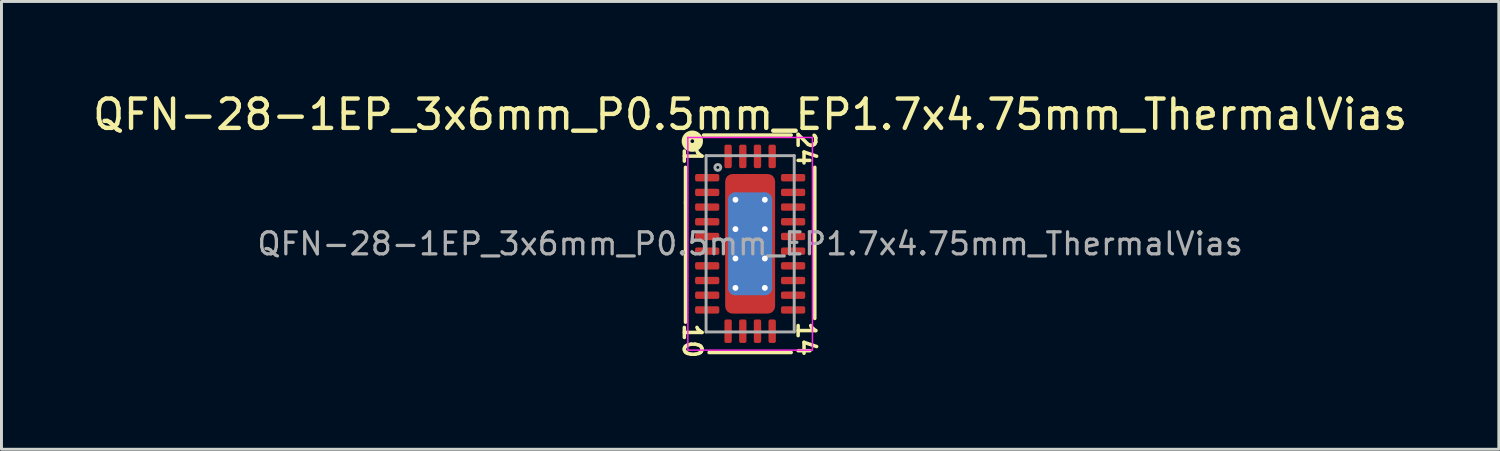
<source format=kicad_pcb>
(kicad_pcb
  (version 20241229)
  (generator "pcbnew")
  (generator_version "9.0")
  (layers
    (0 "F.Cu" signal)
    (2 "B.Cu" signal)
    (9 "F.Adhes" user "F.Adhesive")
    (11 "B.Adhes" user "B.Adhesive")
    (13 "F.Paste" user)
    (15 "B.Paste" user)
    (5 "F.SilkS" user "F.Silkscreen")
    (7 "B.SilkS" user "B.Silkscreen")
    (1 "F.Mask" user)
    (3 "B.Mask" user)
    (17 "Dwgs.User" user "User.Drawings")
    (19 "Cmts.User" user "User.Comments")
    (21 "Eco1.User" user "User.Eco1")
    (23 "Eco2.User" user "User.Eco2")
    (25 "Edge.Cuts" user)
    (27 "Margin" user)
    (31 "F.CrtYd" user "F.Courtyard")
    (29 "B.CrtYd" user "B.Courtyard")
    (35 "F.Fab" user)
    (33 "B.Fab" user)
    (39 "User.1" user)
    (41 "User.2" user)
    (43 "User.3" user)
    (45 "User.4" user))
  (footprint "QFN-28-1EP_3x6mm_P0.5mm_EP1.7x4.75mm_ThermalVias"
    (layer "F.Cu")
    (at 22.482 5.248)
    (property "Reference" "QFN-28-1EP_3x6mm_P0.5mm_EP1.7x4.75mm_ThermalVias" (at 0 -4.4 0) (layer "F.SilkS") (effects (font (size 1 1) (thickness 0.15))))
    (attr smd)
    (fp_line (start -2.2 -2.603) (end -2.2 -1.397) (stroke (width 0.12) (type solid)) (layer "F.SilkS"))
    (fp_line (start -2.2 -1.397) (end -2.2 2.667) (stroke (width 0.12) (type solid)) (layer "F.SilkS"))
    (fp_line (start -1.397 3.7) (end 1.397 3.7) (stroke (width 0.12) (type solid)) (layer "F.SilkS"))
    (fp_line (start 1.397 -3.7) (end -1.587 -3.7) (stroke (width 0.12) (type solid)) (layer "F.SilkS"))
    (fp_line (start 2.2 2.54) (end 2.2 -2.603) (stroke (width 0.12) (type solid)) (layer "F.SilkS"))
    (fp_circle (center -1.968 -3.493) (end -1.905 -3.493) (stroke (width 0.3) (type solid)) (fill no) (layer "F.SilkS"))
    (fp_line (start -2.12 -3.62) (end -2.12 3.62) (stroke (width 0.05) (type solid)) (layer "F.CrtYd"))
    (fp_line (start -2.12 3.62) (end 2.12 3.62) (stroke (width 0.05) (type solid)) (layer "F.CrtYd"))
    (fp_line (start 2.12 -3.62) (end -2.12 -3.62) (stroke (width 0.05) (type solid)) (layer "F.CrtYd"))
    (fp_line (start 2.12 3.62) (end 2.12 -3.62) (stroke (width 0.05) (type solid)) (layer "F.CrtYd"))
    (fp_line (start -1.5 -3) (end 1.5 -3) (stroke (width 0.1) (type solid)) (layer "F.Fab"))
    (fp_line (start -1.5 3) (end -1.5 -3) (stroke (width 0.1) (type solid)) (layer "F.Fab"))
    (fp_line (start 1.5 -3) (end 1.5 3) (stroke (width 0.1) (type solid)) (layer "F.Fab"))
    (fp_line (start 1.5 3) (end -1.5 3) (stroke (width 0.1) (type solid)) (layer "F.Fab"))
    (fp_circle (center -1.1 -2.6) (end -1 -2.6) (stroke (width 0.1) (type solid)) (fill no) (layer "F.Fab"))
    (fp_text user "1" (at -1.968 -2.985 270) (unlocked yes) (layer "F.SilkS") (effects (font (size 0.6 0.6) (thickness 0.12))))
    (fp_text user "10" (at -1.968 3.302 270) (unlocked yes) (layer "F.SilkS") (effects (font (size 0.6 0.6) (thickness 0.12))))
    (fp_text user "24" (at 1.905 -3.239 270) (unlocked yes) (layer "F.SilkS") (effects (font (size 0.6 0.6) (thickness 0.12))))
    (fp_text user "14" (at 1.905 3.239 270) (unlocked yes) (layer "F.SilkS") (effects (font (size 0.6 0.6) (thickness 0.12))))
    (fp_text user "${REFERENCE}" (at 0 0 0) (layer "F.Fab") (effects (font (size 0.75 0.75) (thickness 0.11))))
    (pad "" smd custom (at -0.675 -1.938) (size 0.166 0.166) (layers "F.Paste") (options (anchor circle)) (primitives (gr_poly (pts (xy 0.082 0.164) (xy -0.048 0.294) (xy -0.082 0.294) (xy -0.082 -0.294) (xy 0.082 -0.294)) (width 0.118) (fill yes))))
    (pad "" smd custom (at -0.675 -1) (size 0.175 0.175) (layers "F.Paste") (options (anchor circle)) (primitives (gr_poly (pts (xy 0.076 -0.224) (xy 0.076 0.224) (xy -0.038 0.338) (xy -0.076 0.338) (xy -0.076 -0.338) (xy -0.038 -0.338)) (width 0.13) (fill yes))))
    (pad "" smd custom (at -0.675 0) (size 0.175 0.175) (layers "F.Paste") (options (anchor circle)) (primitives (gr_poly (pts (xy 0.076 -0.224) (xy 0.076 0.224) (xy -0.038 0.338) (xy -0.076 0.338) (xy -0.076 -0.338) (xy -0.038 -0.338)) (width 0.13) (fill yes))))
    (pad "" smd custom (at -0.675 1) (size 0.175 0.175) (layers "F.Paste") (options (anchor circle)) (primitives (gr_poly (pts (xy 0.076 -0.224) (xy 0.076 0.224) (xy -0.038 0.338) (xy -0.076 0.338) (xy -0.076 -0.338) (xy -0.038 -0.338)) (width 0.13) (fill yes))))
    (pad "" smd custom (at -0.675 1.938) (size 0.166 0.166) (layers "F.Paste") (options (anchor circle)) (primitives (gr_poly (pts (xy 0.082 -0.164) (xy 0.082 0.294) (xy -0.082 0.294) (xy -0.082 -0.294) (xy -0.048 -0.294)) (width 0.118) (fill yes))))
    (pad "" smd roundrect (at 0 -1.938) (size 0.806 0.705) (layers "F.Paste") (roundrect_rratio 0.25))
    (pad "" smd roundrect (at 0 -1) (size 0.806 0.806) (layers "F.Paste") (roundrect_rratio 0.25))
    (pad "" smd roundrect (at 0 0) (size 0.806 0.806) (layers "F.Paste") (roundrect_rratio 0.25))
    (pad "" smd roundrect (at 0 1) (size 0.806 0.806) (layers "F.Paste") (roundrect_rratio 0.25))
    (pad "" smd roundrect (at 0 1.938) (size 0.806 0.705) (layers "F.Paste") (roundrect_rratio 0.25))
    (pad "" smd custom (at 0.675 -1.938) (size 0.166 0.166) (layers "F.Paste") (options (anchor circle)) (primitives (gr_poly (pts (xy 0.082 0.294) (xy 0.048 0.294) (xy -0.082 0.164) (xy -0.082 -0.294) (xy 0.082 -0.294)) (width 0.118) (fill yes))))
    (pad "" smd custom (at 0.675 -1) (size 0.175 0.175) (layers "F.Paste") (options (anchor circle)) (primitives (gr_poly (pts (xy 0.076 0.338) (xy 0.038 0.338) (xy -0.076 0.224) (xy -0.076 -0.224) (xy 0.038 -0.338) (xy 0.076 -0.338)) (width 0.13) (fill yes))))
    (pad "" smd custom (at 0.675 0) (size 0.175 0.175) (layers "F.Paste") (options (anchor circle)) (primitives (gr_poly (pts (xy 0.076 0.338) (xy 0.038 0.338) (xy -0.076 0.224) (xy -0.076 -0.224) (xy 0.038 -0.338) (xy 0.076 -0.338)) (width 0.13) (fill yes))))
    (pad "" smd custom (at 0.675 1) (size 0.175 0.175) (layers "F.Paste") (options (anchor circle)) (primitives (gr_poly (pts (xy 0.076 0.338) (xy 0.038 0.338) (xy -0.076 0.224) (xy -0.076 -0.224) (xy 0.038 -0.338) (xy 0.076 -0.338)) (width 0.13) (fill yes))))
    (pad "" smd custom (at 0.675 1.938) (size 0.166 0.166) (layers "F.Paste") (options (anchor circle)) (primitives (gr_poly (pts (xy 0.082 0.294) (xy -0.082 0.294) (xy -0.082 -0.164) (xy 0.048 -0.294) (xy 0.082 -0.294)) (width 0.118) (fill yes))))
    (pad "1" smd roundrect (at -1.462 -2.25) (size 0.825 0.25) (layers "F.Cu" "F.Mask" "F.Paste") (roundrect_rratio 0.25))
    (pad "2" smd roundrect (at -1.462 -1.75) (size 0.825 0.25) (layers "F.Cu" "F.Mask" "F.Paste") (roundrect_rratio 0.25))
    (pad "3" smd roundrect (at -1.462 -1.25) (size 0.825 0.25) (layers "F.Cu" "F.Mask" "F.Paste") (roundrect_rratio 0.25))
    (pad "4" smd roundrect (at -1.462 -0.75) (size 0.825 0.25) (layers "F.Cu" "F.Mask" "F.Paste") (roundrect_rratio 0.25))
    (pad "5" smd roundrect (at -1.462 -0.25) (size 0.825 0.25) (layers "F.Cu" "F.Mask" "F.Paste") (roundrect_rratio 0.25))
    (pad "6" smd roundrect (at -1.462 0.25) (size 0.825 0.25) (layers "F.Cu" "F.Mask" "F.Paste") (roundrect_rratio 0.25))
    (pad "7" smd roundrect (at -1.462 0.75) (size 0.825 0.25) (layers "F.Cu" "F.Mask" "F.Paste") (roundrect_rratio 0.25))
    (pad "8" smd roundrect (at -1.462 1.25) (size 0.825 0.25) (layers "F.Cu" "F.Mask" "F.Paste") (roundrect_rratio 0.25))
    (pad "9" smd roundrect (at -1.462 1.75) (size 0.825 0.25) (layers "F.Cu" "F.Mask" "F.Paste") (roundrect_rratio 0.25))
    (pad "10" smd roundrect (at -1.462 2.25) (size 0.825 0.25) (layers "F.Cu" "F.Mask" "F.Paste") (roundrect_rratio 0.25))
    (pad "11" smd roundrect (at -0.75 2.975) (size 0.25 0.8) (layers "F.Cu" "F.Mask" "F.Paste") (roundrect_rratio 0.25))
    (pad "12" smd roundrect (at -0.25 2.975) (size 0.25 0.8) (layers "F.Cu" "F.Mask" "F.Paste") (roundrect_rratio 0.25))
    (pad "13" smd roundrect (at 0.25 2.975) (size 0.25 0.8) (layers "F.Cu" "F.Mask" "F.Paste") (roundrect_rratio 0.25))
    (pad "14" smd roundrect (at 0.75 2.975) (size 0.25 0.8) (layers "F.Cu" "F.Mask" "F.Paste") (roundrect_rratio 0.25))
    (pad "15" smd roundrect (at 1.462 2.25) (size 0.825 0.25) (layers "F.Cu" "F.Mask" "F.Paste") (roundrect_rratio 0.25))
    (pad "16" smd roundrect (at 1.462 1.75) (size 0.825 0.25) (layers "F.Cu" "F.Mask" "F.Paste") (roundrect_rratio 0.25))
    (pad "17" smd roundrect (at 1.462 1.25) (size 0.825 0.25) (layers "F.Cu" "F.Mask" "F.Paste") (roundrect_rratio 0.25))
    (pad "18" smd roundrect (at 1.462 0.75) (size 0.825 0.25) (layers "F.Cu" "F.Mask" "F.Paste") (roundrect_rratio 0.25))
    (pad "19" smd roundrect (at 1.462 0.25) (size 0.825 0.25) (layers "F.Cu" "F.Mask" "F.Paste") (roundrect_rratio 0.25))
    (pad "20" smd roundrect (at 1.462 -0.25) (size 0.825 0.25) (layers "F.Cu" "F.Mask" "F.Paste") (roundrect_rratio 0.25))
    (pad "21" smd roundrect (at 1.462 -0.75) (size 0.825 0.25) (layers "F.Cu" "F.Mask" "F.Paste") (roundrect_rratio 0.25))
    (pad "22" smd roundrect (at 1.462 -1.25) (size 0.825 0.25) (layers "F.Cu" "F.Mask" "F.Paste") (roundrect_rratio 0.25))
    (pad "23" smd roundrect (at 1.462 -1.75) (size 0.825 0.25) (layers "F.Cu" "F.Mask" "F.Paste") (roundrect_rratio 0.25))
    (pad "24" smd roundrect (at 1.462 -2.25) (size 0.825 0.25) (layers "F.Cu" "F.Mask" "F.Paste") (roundrect_rratio 0.25))
    (pad "25" smd roundrect (at 0.75 -2.975) (size 0.25 0.8) (layers "F.Cu" "F.Mask" "F.Paste") (roundrect_rratio 0.25))
    (pad "26" smd roundrect (at 0.25 -2.975) (size 0.25 0.8) (layers "F.Cu" "F.Mask" "F.Paste") (roundrect_rratio 0.25))
    (pad "27" smd roundrect (at -0.25 -2.975) (size 0.25 0.8) (layers "F.Cu" "F.Mask" "F.Paste") (roundrect_rratio 0.25))
    (pad "28" smd roundrect (at -0.75 -2.975) (size 0.25 0.8) (layers "F.Cu" "F.Mask" "F.Paste") (roundrect_rratio 0.25))
    (pad "29" thru_hole circle (at -0.5 -1.5) (size 0.5 0.5) (drill 0.2) (property pad_prop_heatsink) (layers "*.Cu"))
    (pad "29" thru_hole circle (at -0.5 -0.5) (size 0.5 0.5) (drill 0.2) (property pad_prop_heatsink) (layers "*.Cu"))
    (pad "29" thru_hole circle (at -0.5 0.5) (size 0.5 0.5) (drill 0.2) (property pad_prop_heatsink) (layers "*.Cu"))
    (pad "29" thru_hole circle (at -0.5 1.5) (size 0.5 0.5) (drill 0.2) (property pad_prop_heatsink) (layers "*.Cu"))
    (pad "29" smd roundrect (at 0 0) (size 1.5 3.5) (layers "B.Cu" "B.Mask") (roundrect_rratio 0.167))
    (pad "29" smd roundrect (at 0 0) (size 1.7 4.75) (layers "F.Cu" "F.Mask") (roundrect_rratio 0.147))
    (pad "29" thru_hole circle (at 0.5 -1.5) (size 0.5 0.5) (drill 0.2) (property pad_prop_heatsink) (layers "*.Cu"))
    (pad "29" thru_hole circle (at 0.5 -0.5) (size 0.5 0.5) (drill 0.2) (property pad_prop_heatsink) (layers "*.Cu"))
    (pad "29" thru_hole circle (at 0.5 0.5) (size 0.5 0.5) (drill 0.2) (property pad_prop_heatsink) (layers "*.Cu"))
    (pad "29" thru_hole circle (at 0.5 1.5) (size 0.5 0.5) (drill 0.2) (property pad_prop_heatsink) (layers "*.Cu")))
  (gr_rect
    (start -3 -3)
    (end 47.964 12.242)
    (stroke (width 0.1) (type default))
    (fill no)
    (layer "Edge.Cuts")))
</source>
